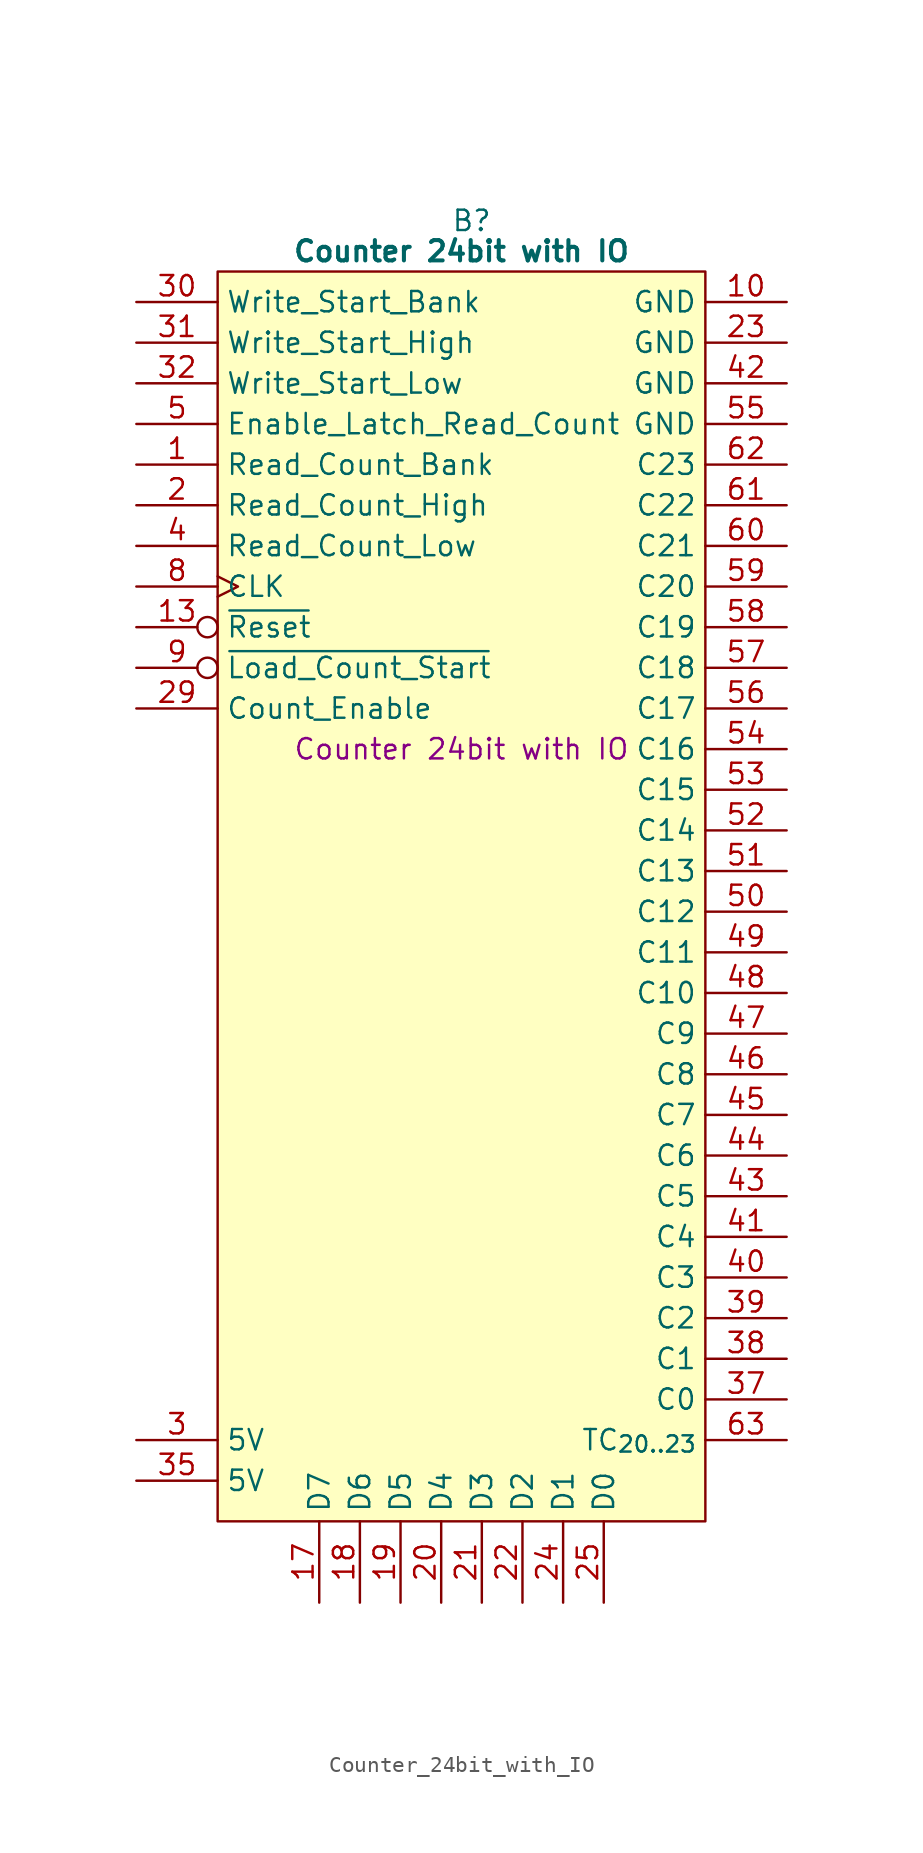
<source format=kicad_sym>
(kicad_symbol_lib
  (version 20241209)
  (generator "kicad_symbol_editor")
  (generator_version "9.0")
  (symbol "Counter_24bit_with_IO"
    (property "Reference" "B"
      (at 15.875 5.08 0)
      (effects (font (size 1.27 1.27))))
    (property "Value" "Counter 24bit with IO"
      (at 15.24 3.175 0)
      (effects (font (size 1.27 1.27) (bold yes))))
    (property "Description" "Counter 24bit with IO"
      (at 15.24 -27.94 0)
      (effects (font (size 1.27 1.27))))
    (symbol "Counter_24bit_with_IO_0_1"
      (polyline (pts (xy 0 1.905) (xy 30.48 1.905) (xy 30.48 -76.2) (xy 0 -76.2) (xy 0 1.905)) (stroke (width 0.152) (type default)) (fill (type background))))
    (symbol "Counter_24bit_with_IO_1_0"
      (pin input line (at -5.08 -5.08 0) (length 5.08) (name "Write_Start_Low" (effects (font (size 1.27 1.27)))) (number "32" (effects (font (size 1.27 1.27)))))
      (pin no_connect line (at -5.08 -58.42 0) (length 5.08) (hide yes) (name "N.C." (effects (font (size 1.27 1.27)))) (number "33" (effects (font (size 1.27 1.27)))))
      (pin no_connect line (at -5.08 -60.96 0) (length 5.08) (hide yes) (name "N.C." (effects (font (size 1.27 1.27)))) (number "34" (effects (font (size 1.27 1.27)))))
      (pin no_connect line (at -5.08 -63.5 0) (length 5.08) (hide yes) (name "N.C." (effects (font (size 1.27 1.27)))) (number "36" (effects (font (size 1.27 1.27)))))
      (pin output line (at 35.56 -12.7 180) (length 5.08) (name "C22" (effects (font (size 1.27 1.27)))) (number "61" (effects (font (size 1.27 1.27)))))
      (pin output line (at 35.56 -15.24 180) (length 5.08) (name "C21" (effects (font (size 1.27 1.27)))) (number "60" (effects (font (size 1.27 1.27)))))
      (pin output line (at 35.56 -17.78 180) (length 5.08) (name "C20" (effects (font (size 1.27 1.27)))) (number "59" (effects (font (size 1.27 1.27)))))
      (pin output line (at 35.56 -20.32 180) (length 5.08) (name "C19" (effects (font (size 1.27 1.27)))) (number "58" (effects (font (size 1.27 1.27)))))
      (pin output line (at 35.56 -22.86 180) (length 5.08) (name "C18" (effects (font (size 1.27 1.27)))) (number "57" (effects (font (size 1.27 1.27)))))
      (pin output line (at 35.56 -25.4 180) (length 5.08) (name "C17" (effects (font (size 1.27 1.27)))) (number "56" (effects (font (size 1.27 1.27)))))
      (pin output line (at 35.56 -27.94 180) (length 5.08) (name "C16" (effects (font (size 1.27 1.27)))) (number "54" (effects (font (size 1.27 1.27)))))
      (pin output line (at 35.56 -50.8 180) (length 5.08) (name "C7" (effects (font (size 1.27 1.27)))) (number "45" (effects (font (size 1.27 1.27)))))
      (pin output line (at 35.56 -63.5 180) (length 5.08) (name "C2" (effects (font (size 1.27 1.27)))) (number "39" (effects (font (size 1.27 1.27)))))
      (pin output line (at 35.56 -66.04 180) (length 5.08) (name "C1" (effects (font (size 1.27 1.27)))) (number "38" (effects (font (size 1.27 1.27)))))
      (pin output line (at 35.56 -68.58 180) (length 5.08) (name "C0" (effects (font (size 1.27 1.27)))) (number "37" (effects (font (size 1.27 1.27))))))
    (symbol "Counter_24bit_with_IO_1_1"
      (pin input line (at -5.08 0 0) (length 5.08) (name "Write_Start_Bank" (effects (font (size 1.27 1.27)))) (number "30" (effects (font (size 1.27 1.27)))))
      (pin input line (at -5.08 -2.54 0) (length 5.08) (name "Write_Start_High" (effects (font (size 1.27 1.27)))) (number "31" (effects (font (size 1.27 1.27)))))
      (pin input line (at -5.08 -7.62 0) (length 5.08) (name "Enable_Latch_Read_Count" (effects (font (size 1.27 1.27)))) (number "5" (effects (font (size 1.27 1.27)))))
      (pin input line (at -5.08 -10.16 0) (length 5.08) (name "Read_Count_Bank" (effects (font (size 1.27 1.27)))) (number "1" (effects (font (size 1.27 1.27)))))
      (pin input line (at -5.08 -12.7 0) (length 5.08) (name "Read_Count_High" (effects (font (size 1.27 1.27)))) (number "2" (effects (font (size 1.27 1.27)))))
      (pin input line (at -5.08 -15.24 0) (length 5.08) (name "Read_Count_Low" (effects (font (size 1.27 1.27)))) (number "4" (effects (font (size 1.27 1.27)))))
      (pin input clock (at -5.08 -17.78 0) (length 5.08) (name "CLK" (effects (font (size 1.27 1.27)))) (number "8" (effects (font (size 1.27 1.27)))))
      (pin input inverted (at -5.08 -20.32 0) (length 5.08) (name "~{Reset}" (effects (font (size 1.27 1.27)))) (number "13" (effects (font (size 1.27 1.27)))))
      (pin input inverted (at -5.08 -22.86 0) (length 5.08) (name "~{Load_Count_Start}" (effects (font (size 1.27 1.27)))) (number "9" (effects (font (size 1.27 1.27)))))
      (pin input line (at -5.08 -25.4 0) (length 5.08) (name "Count_Enable" (effects (font (size 1.27 1.27)))) (number "29" (effects (font (size 1.27 1.27)))))
      (pin no_connect line (at -5.08 -33.02 0) (length 5.08) (hide yes) (name "N.C." (effects (font (size 1.27 1.27)))) (number "6" (effects (font (size 1.27 1.27)))))
      (pin no_connect line (at -5.08 -35.56 0) (length 5.08) (hide yes) (name "N.C." (effects (font (size 1.27 1.27)))) (number "7" (effects (font (size 1.27 1.27)))))
      (pin no_connect line (at -5.08 -38.1 0) (length 5.08) (hide yes) (name "N.C." (effects (font (size 1.27 1.27)))) (number "11" (effects (font (size 1.27 1.27)))))
      (pin no_connect line (at -5.08 -40.64 0) (length 5.08) (hide yes) (name "N.C." (effects (font (size 1.27 1.27)))) (number "12" (effects (font (size 1.27 1.27)))))
      (pin no_connect line (at -5.08 -43.18 0) (length 5.08) (hide yes) (name "N.C." (effects (font (size 1.27 1.27)))) (number "14" (effects (font (size 1.27 1.27)))))
      (pin no_connect line (at -5.08 -45.72 0) (length 5.08) (hide yes) (name "N.C." (effects (font (size 1.27 1.27)))) (number "15" (effects (font (size 1.27 1.27)))))
      (pin no_connect line (at -5.08 -48.26 0) (length 5.08) (hide yes) (name "N.C." (effects (font (size 1.27 1.27)))) (number "16" (effects (font (size 1.27 1.27)))))
      (pin no_connect line (at -5.08 -50.8 0) (length 5.08) (hide yes) (name "N.C." (effects (font (size 1.27 1.27)))) (number "26" (effects (font (size 1.27 1.27)))))
      (pin no_connect line (at -5.08 -53.34 0) (length 5.08) (hide yes) (name "N.C." (effects (font (size 1.27 1.27)))) (number "27" (effects (font (size 1.27 1.27)))))
      (pin no_connect line (at -5.08 -55.88 0) (length 5.08) (hide yes) (name "N.C." (effects (font (size 1.27 1.27)))) (number "28" (effects (font (size 1.27 1.27)))))
      (pin no_connect line (at -5.08 -66.04 0) (length 5.08) (hide yes) (name "N.C." (effects (font (size 1.27 1.27)))) (number "64" (effects (font (size 1.27 1.27)))))
      (pin passive line (at -5.08 -71.12 0) (length 5.08) (name "5V" (effects (font (size 1.27 1.27)))) (number "3" (effects (font (size 1.27 1.27)))))
      (pin passive line (at -5.08 -73.66 0) (length 5.08) (name "5V" (effects (font (size 1.27 1.27)))) (number "35" (effects (font (size 1.27 1.27)))))
      (pin tri_state line (at 6.35 -81.28 90) (length 5.08) (name "D7" (effects (font (size 1.27 1.27)))) (number "17" (effects (font (size 1.27 1.27)))))
      (pin tri_state line (at 8.89 -81.28 90) (length 5.08) (name "D6" (effects (font (size 1.27 1.27)))) (number "18" (effects (font (size 1.27 1.27)))))
      (pin tri_state line (at 11.43 -81.28 90) (length 5.08) (name "D5" (effects (font (size 1.27 1.27)))) (number "19" (effects (font (size 1.27 1.27)))))
      (pin tri_state line (at 13.97 -81.28 90) (length 5.08) (name "D4" (effects (font (size 1.27 1.27)))) (number "20" (effects (font (size 1.27 1.27)))))
      (pin tri_state line (at 16.51 -81.28 90) (length 5.08) (name "D3" (effects (font (size 1.27 1.27)))) (number "21" (effects (font (size 1.27 1.27)))))
      (pin tri_state line (at 19.05 -81.28 90) (length 5.08) (name "D2" (effects (font (size 1.27 1.27)))) (number "22" (effects (font (size 1.27 1.27)))))
      (pin tri_state line (at 21.59 -81.28 90) (length 5.08) (name "D1" (effects (font (size 1.27 1.27)))) (number "24" (effects (font (size 1.27 1.27)))))
      (pin tri_state line (at 24.13 -81.28 90) (length 5.08) (name "D0" (effects (font (size 1.27 1.27)))) (number "25" (effects (font (size 1.27 1.27)))))
      (pin passive line (at 35.56 0 180) (length 5.08) (name "GND" (effects (font (size 1.27 1.27)))) (number "10" (effects (font (size 1.27 1.27)))))
      (pin passive line (at 35.56 -2.54 180) (length 5.08) (name "GND" (effects (font (size 1.27 1.27)))) (number "23" (effects (font (size 1.27 1.27)))))
      (pin passive line (at 35.56 -5.08 180) (length 5.08) (name "GND" (effects (font (size 1.27 1.27)))) (number "42" (effects (font (size 1.27 1.27)))))
      (pin passive line (at 35.56 -7.62 180) (length 5.08) (name "GND" (effects (font (size 1.27 1.27)))) (number "55" (effects (font (size 1.27 1.27)))))
      (pin output line (at 35.56 -10.16 180) (length 5.08) (name "C23" (effects (font (size 1.27 1.27)))) (number "62" (effects (font (size 1.27 1.27)))))
      (pin output line (at 35.56 -30.48 180) (length 5.08) (name "C15" (effects (font (size 1.27 1.27)))) (number "53" (effects (font (size 1.27 1.27)))))
      (pin output line (at 35.56 -33.02 180) (length 5.08) (name "C14" (effects (font (size 1.27 1.27)))) (number "52" (effects (font (size 1.27 1.27)))))
      (pin output line (at 35.56 -35.56 180) (length 5.08) (name "C13" (effects (font (size 1.27 1.27)))) (number "51" (effects (font (size 1.27 1.27)))))
      (pin output line (at 35.56 -38.1 180) (length 5.08) (name "C12" (effects (font (size 1.27 1.27)))) (number "50" (effects (font (size 1.27 1.27)))))
      (pin output line (at 35.56 -40.64 180) (length 5.08) (name "C11" (effects (font (size 1.27 1.27)))) (number "49" (effects (font (size 1.27 1.27)))))
      (pin output line (at 35.56 -43.18 180) (length 5.08) (name "C10" (effects (font (size 1.27 1.27)))) (number "48" (effects (font (size 1.27 1.27)))))
      (pin output line (at 35.56 -45.72 180) (length 5.08) (name "C9" (effects (font (size 1.27 1.27)))) (number "47" (effects (font (size 1.27 1.27)))))
      (pin output line (at 35.56 -48.26 180) (length 5.08) (name "C8" (effects (font (size 1.27 1.27)))) (number "46" (effects (font (size 1.27 1.27)))))
      (pin output line (at 35.56 -53.34 180) (length 5.08) (name "C6" (effects (font (size 1.27 1.27)))) (number "44" (effects (font (size 1.27 1.27)))))
      (pin output line (at 35.56 -55.88 180) (length 5.08) (name "C5" (effects (font (size 1.27 1.27)))) (number "43" (effects (font (size 1.27 1.27)))))
      (pin output line (at 35.56 -58.42 180) (length 5.08) (name "C4" (effects (font (size 1.27 1.27)))) (number "41" (effects (font (size 1.27 1.27)))))
      (pin output line (at 35.56 -60.96 180) (length 5.08) (name "C3" (effects (font (size 1.27 1.27)))) (number "40" (effects (font (size 1.27 1.27)))))
      (pin output line (at 35.56 -71.12 180) (length 5.08) (name "TC_{20..23}" (effects (font (size 1.27 1.27)))) (number "63" (effects (font (size 1.27 1.27))))))))
</source>
